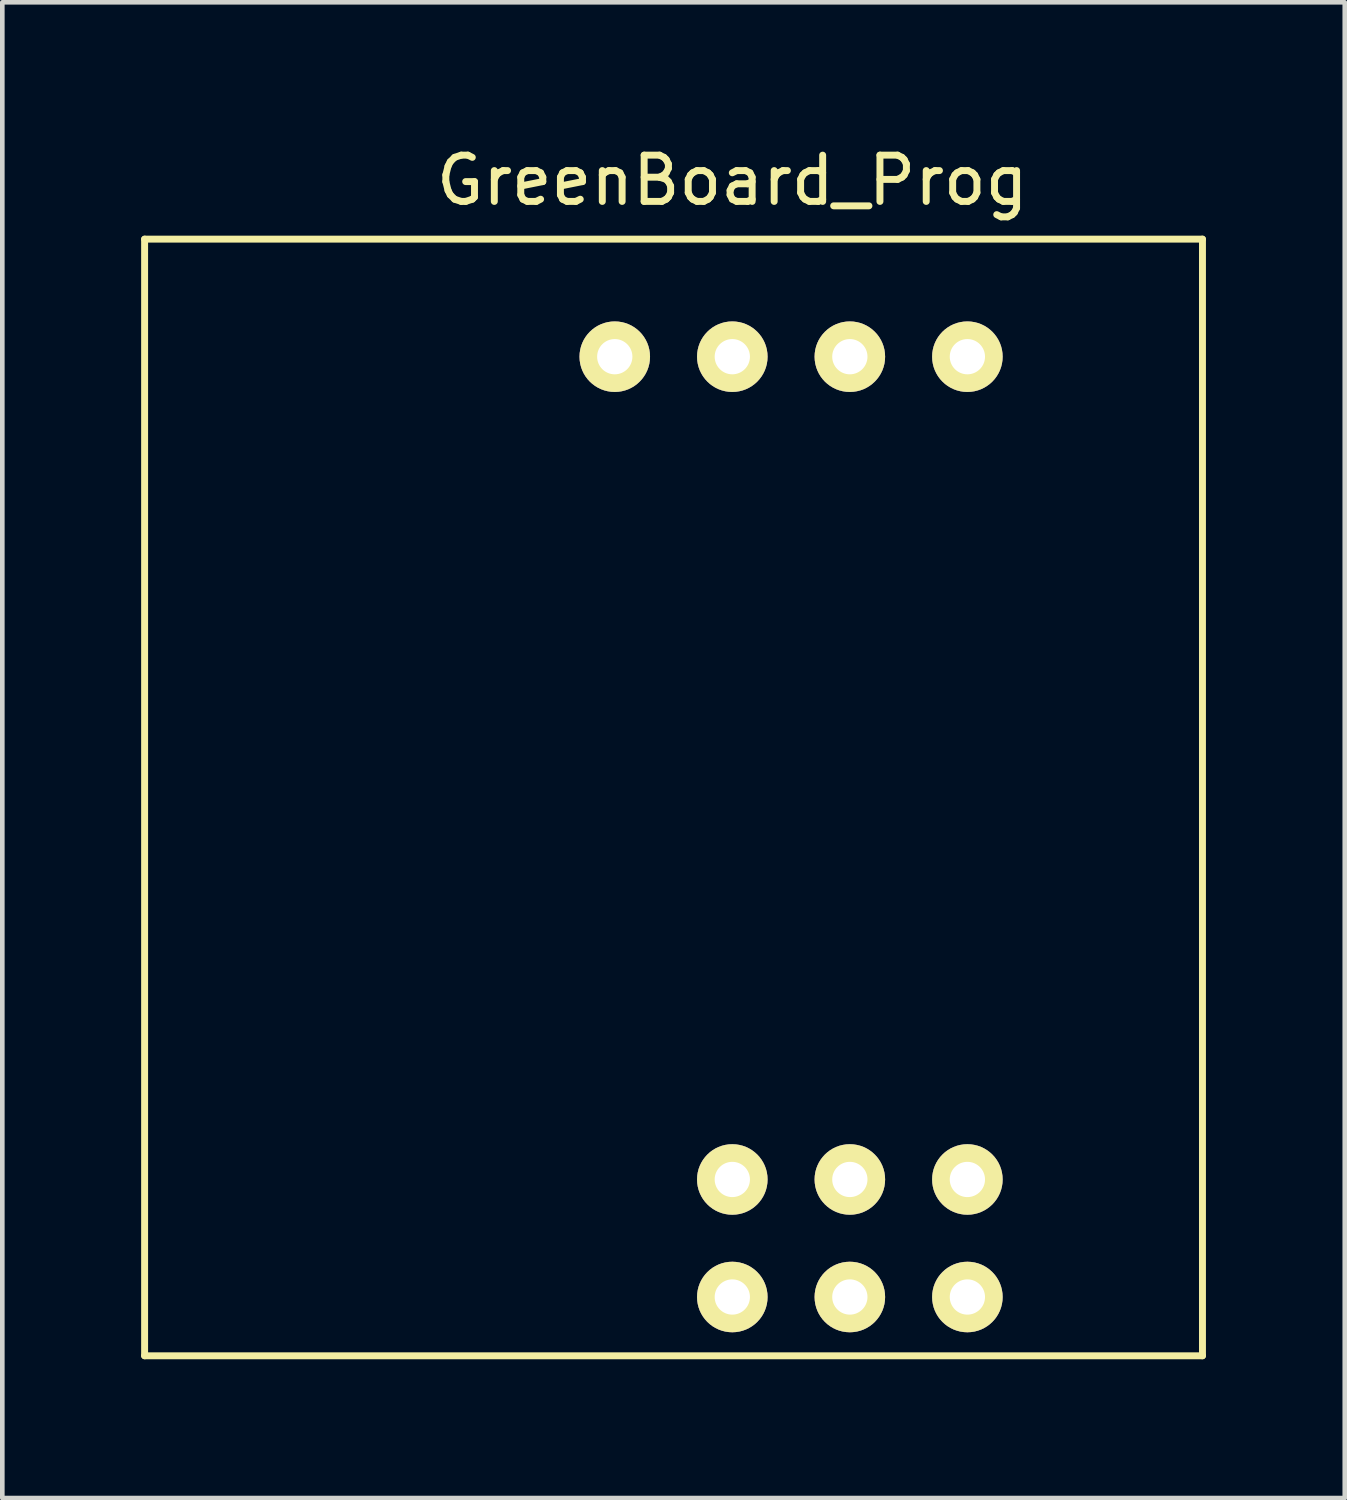
<source format=kicad_pcb>
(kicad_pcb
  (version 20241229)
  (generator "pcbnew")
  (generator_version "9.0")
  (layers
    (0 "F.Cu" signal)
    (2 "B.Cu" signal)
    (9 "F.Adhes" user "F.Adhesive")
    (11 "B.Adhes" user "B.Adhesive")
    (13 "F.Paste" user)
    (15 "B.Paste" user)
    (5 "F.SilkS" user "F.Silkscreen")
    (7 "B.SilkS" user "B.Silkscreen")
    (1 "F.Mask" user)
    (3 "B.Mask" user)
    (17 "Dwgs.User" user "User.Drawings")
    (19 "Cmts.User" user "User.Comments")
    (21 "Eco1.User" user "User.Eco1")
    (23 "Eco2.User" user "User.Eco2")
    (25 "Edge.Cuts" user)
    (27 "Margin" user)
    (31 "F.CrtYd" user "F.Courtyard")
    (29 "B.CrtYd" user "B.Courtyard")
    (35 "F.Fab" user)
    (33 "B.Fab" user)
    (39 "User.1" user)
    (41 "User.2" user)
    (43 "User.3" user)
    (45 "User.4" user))
  (footprint "GreenBoard_Prog"
    (layer "F.Cu")
    (at 11.505 13.548)
    (property "Reference" "GreenBoard_Prog" (at 1.27 -12.7 0) (layer "F.SilkS") (effects (font (size 1 1) (thickness 0.15))))
    (attr through_hole)
    (fp_line (start -11.43 -11.43) (end -11.43 12.7) (stroke (width 0.15) (type solid)) (layer "F.SilkS"))
    (fp_line (start -11.43 -11.43) (end 11.43 -11.43) (stroke (width 0.15) (type solid)) (layer "F.SilkS"))
    (fp_line (start -11.43 12.7) (end 11.43 12.7) (stroke (width 0.15) (type solid)) (layer "F.SilkS"))
    (fp_line (start 11.43 -11.43) (end 11.43 12.7) (stroke (width 0.15) (type solid)) (layer "F.SilkS"))
    (pad "1" thru_hole circle (at 1.27 11.43) (size 1.524 1.524) (drill 0.762) (layers "*.Cu" "*.Mask" "F.SilkS"))
    (pad "2" thru_hole circle (at 1.27 8.89) (size 1.524 1.524) (drill 0.762) (layers "*.Cu" "*.Mask" "F.SilkS"))
    (pad "3" thru_hole circle (at 3.81 11.43) (size 1.524 1.524) (drill 0.762) (layers "*.Cu" "*.Mask" "F.SilkS"))
    (pad "4" thru_hole circle (at 3.81 8.89) (size 1.524 1.524) (drill 0.762) (layers "*.Cu" "*.Mask" "F.SilkS"))
    (pad "5" thru_hole circle (at 6.35 11.43) (size 1.524 1.524) (drill 0.762) (layers "*.Cu" "*.Mask" "F.SilkS"))
    (pad "6" thru_hole circle (at 6.35 8.89) (size 1.524 1.524) (drill 0.762) (layers "*.Cu" "*.Mask" "F.SilkS"))
    (pad "7" thru_hole circle (at -1.27 -8.89) (size 1.524 1.524) (drill 0.762) (layers "*.Cu" "*.Mask" "F.SilkS"))
    (pad "8" thru_hole circle (at 1.27 -8.89) (size 1.524 1.524) (drill 0.762) (layers "*.Cu" "*.Mask" "F.SilkS"))
    (pad "9" thru_hole circle (at 3.81 -8.89) (size 1.524 1.524) (drill 0.762) (layers "*.Cu" "*.Mask" "F.SilkS"))
    (pad "10" thru_hole circle (at 6.35 -8.89) (size 1.524 1.524) (drill 0.762) (layers "*.Cu" "*.Mask" "F.SilkS")))
  (gr_rect
    (start -3 -3)
    (end 26.01 29.323)
    (stroke (width 0.1) (type default))
    (fill no)
    (layer "Edge.Cuts")))
</source>
